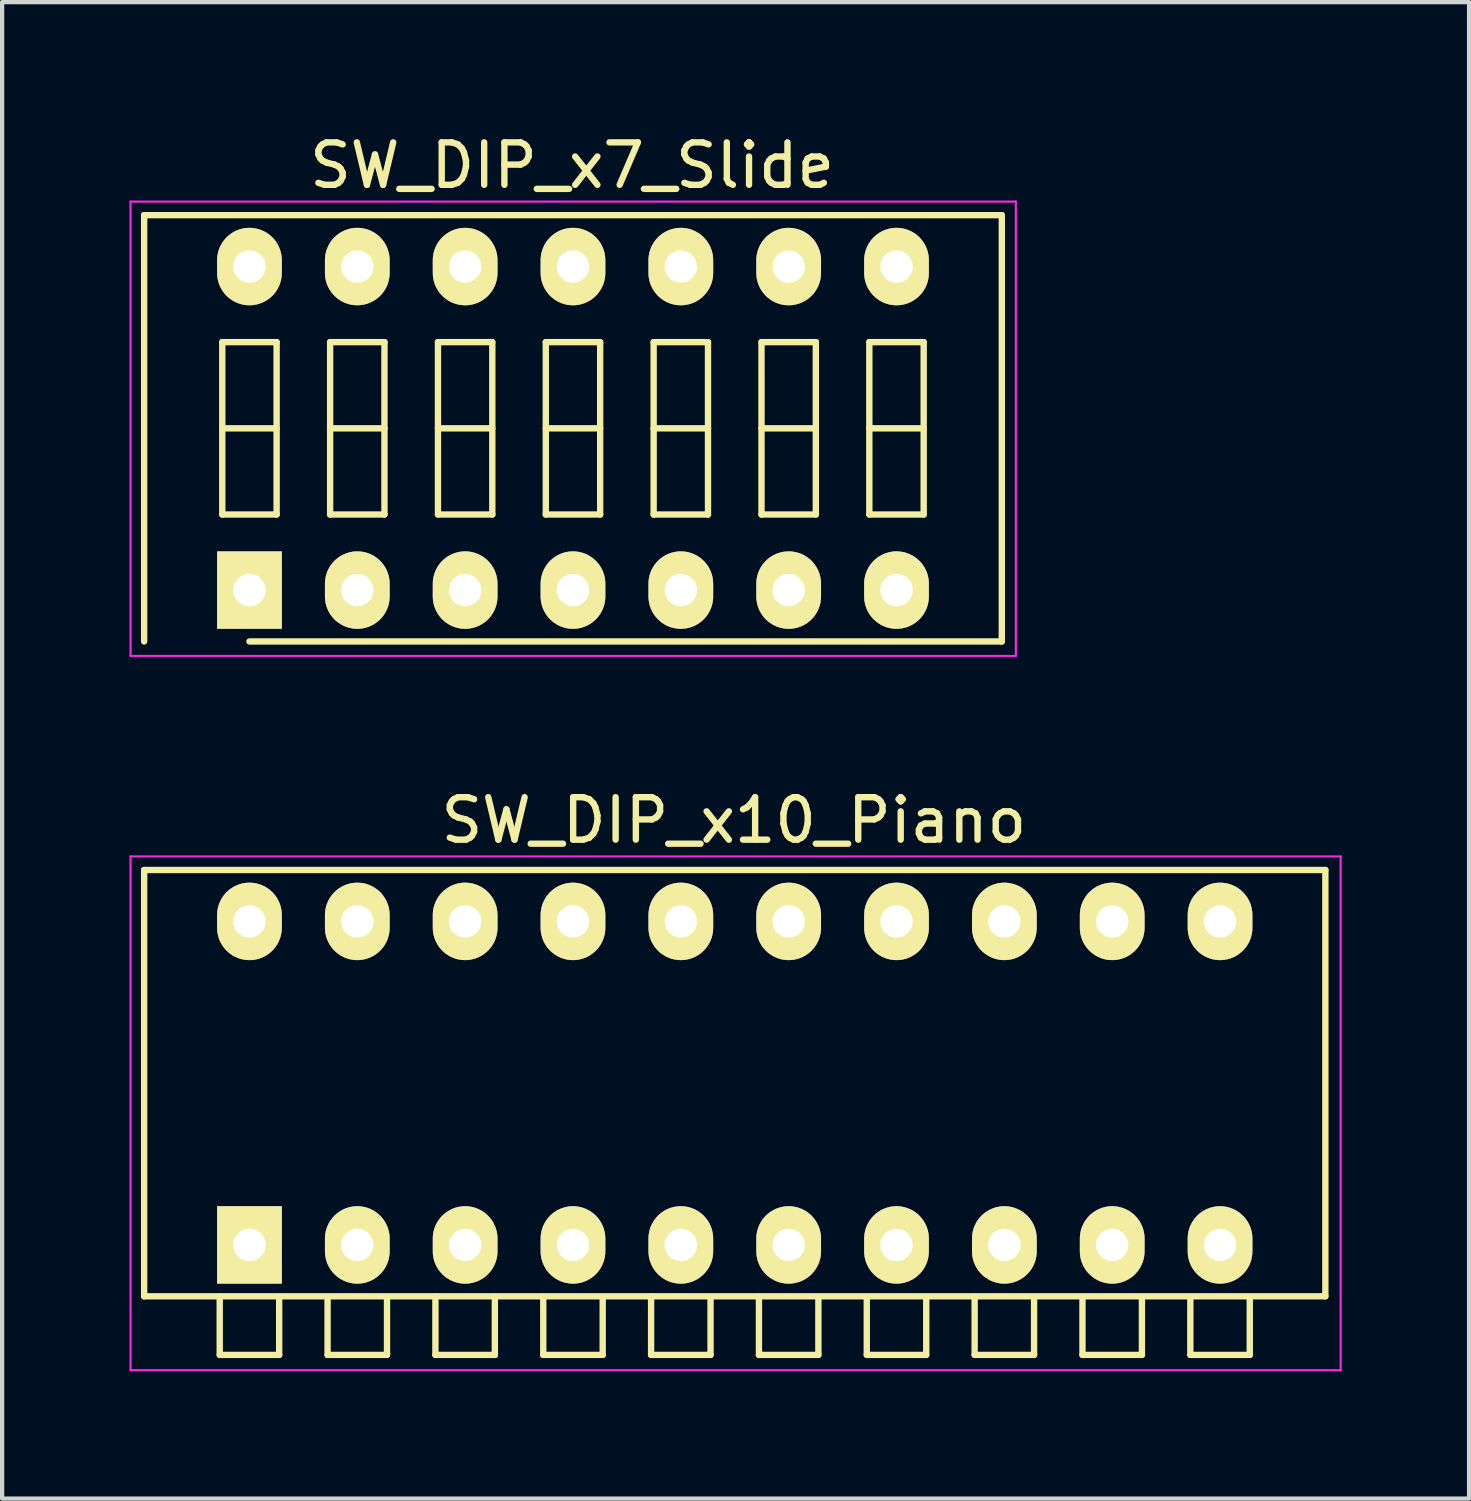
<source format=kicad_pcb>
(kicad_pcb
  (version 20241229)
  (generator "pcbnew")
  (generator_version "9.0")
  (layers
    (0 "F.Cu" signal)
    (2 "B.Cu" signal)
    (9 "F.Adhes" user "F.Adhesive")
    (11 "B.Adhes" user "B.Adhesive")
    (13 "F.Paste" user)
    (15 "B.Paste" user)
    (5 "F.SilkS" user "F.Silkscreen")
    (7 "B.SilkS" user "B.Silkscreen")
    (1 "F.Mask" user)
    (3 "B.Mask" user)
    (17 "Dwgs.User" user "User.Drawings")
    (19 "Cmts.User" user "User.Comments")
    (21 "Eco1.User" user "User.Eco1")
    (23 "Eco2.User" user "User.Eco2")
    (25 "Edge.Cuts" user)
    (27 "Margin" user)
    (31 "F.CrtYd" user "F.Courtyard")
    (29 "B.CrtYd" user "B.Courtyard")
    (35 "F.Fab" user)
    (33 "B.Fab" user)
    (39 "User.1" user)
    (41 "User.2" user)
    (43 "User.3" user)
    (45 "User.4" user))
  (footprint "SW_DIP_x7_Slide"
    (layer "F.Cu")
    (at 2.825 10.848)
    (property "Reference" "SW_DIP_x7_Slide" (at 7.6 -10 0) (layer "F.SilkS") (effects (font (size 1 1) (thickness 0.15))))
    (attr through_hole)
    (fp_line (start -2.48 -8.83) (end 17.72 -8.83) (stroke (width 0.15) (type solid)) (layer "F.SilkS"))
    (fp_line (start -2.48 1.21) (end -2.48 -8.83) (stroke (width 0.15) (type solid)) (layer "F.SilkS"))
    (fp_line (start -0.64 -5.84) (end -0.64 -1.78) (stroke (width 0.15) (type solid)) (layer "F.SilkS"))
    (fp_line (start -0.64 -3.81) (end 0.64 -3.81) (stroke (width 0.15) (type solid)) (layer "F.SilkS"))
    (fp_line (start -0.64 -1.78) (end 0.64 -1.78) (stroke (width 0.15) (type solid)) (layer "F.SilkS"))
    (fp_line (start 0.64 -5.84) (end -0.64 -5.84) (stroke (width 0.15) (type solid)) (layer "F.SilkS"))
    (fp_line (start 0.64 -1.78) (end 0.64 -5.84) (stroke (width 0.15) (type solid)) (layer "F.SilkS"))
    (fp_line (start 1.9 -5.84) (end 1.9 -1.78) (stroke (width 0.15) (type solid)) (layer "F.SilkS"))
    (fp_line (start 1.9 -3.81) (end 3.18 -3.81) (stroke (width 0.15) (type solid)) (layer "F.SilkS"))
    (fp_line (start 1.9 -1.78) (end 3.18 -1.78) (stroke (width 0.15) (type solid)) (layer "F.SilkS"))
    (fp_line (start 3.18 -5.84) (end 1.9 -5.84) (stroke (width 0.15) (type solid)) (layer "F.SilkS"))
    (fp_line (start 3.18 -1.78) (end 3.18 -5.84) (stroke (width 0.15) (type solid)) (layer "F.SilkS"))
    (fp_line (start 4.44 -5.84) (end 4.44 -1.78) (stroke (width 0.15) (type solid)) (layer "F.SilkS"))
    (fp_line (start 4.44 -3.81) (end 5.72 -3.81) (stroke (width 0.15) (type solid)) (layer "F.SilkS"))
    (fp_line (start 4.44 -1.78) (end 5.72 -1.78) (stroke (width 0.15) (type solid)) (layer "F.SilkS"))
    (fp_line (start 5.72 -5.84) (end 4.44 -5.84) (stroke (width 0.15) (type solid)) (layer "F.SilkS"))
    (fp_line (start 5.72 -1.78) (end 5.72 -5.84) (stroke (width 0.15) (type solid)) (layer "F.SilkS"))
    (fp_line (start 6.98 -5.84) (end 6.98 -1.78) (stroke (width 0.15) (type solid)) (layer "F.SilkS"))
    (fp_line (start 6.98 -3.81) (end 8.26 -3.81) (stroke (width 0.15) (type solid)) (layer "F.SilkS"))
    (fp_line (start 6.98 -1.78) (end 8.26 -1.78) (stroke (width 0.15) (type solid)) (layer "F.SilkS"))
    (fp_line (start 8.26 -5.84) (end 6.98 -5.84) (stroke (width 0.15) (type solid)) (layer "F.SilkS"))
    (fp_line (start 8.26 -1.78) (end 8.26 -5.84) (stroke (width 0.15) (type solid)) (layer "F.SilkS"))
    (fp_line (start 9.52 -5.84) (end 9.52 -1.78) (stroke (width 0.15) (type solid)) (layer "F.SilkS"))
    (fp_line (start 9.52 -3.81) (end 10.8 -3.81) (stroke (width 0.15) (type solid)) (layer "F.SilkS"))
    (fp_line (start 9.52 -1.78) (end 10.8 -1.78) (stroke (width 0.15) (type solid)) (layer "F.SilkS"))
    (fp_line (start 10.8 -5.84) (end 9.52 -5.84) (stroke (width 0.15) (type solid)) (layer "F.SilkS"))
    (fp_line (start 10.8 -1.78) (end 10.8 -5.84) (stroke (width 0.15) (type solid)) (layer "F.SilkS"))
    (fp_line (start 12.06 -5.84) (end 12.06 -1.78) (stroke (width 0.15) (type solid)) (layer "F.SilkS"))
    (fp_line (start 12.06 -3.81) (end 13.34 -3.81) (stroke (width 0.15) (type solid)) (layer "F.SilkS"))
    (fp_line (start 12.06 -1.78) (end 13.34 -1.78) (stroke (width 0.15) (type solid)) (layer "F.SilkS"))
    (fp_line (start 13.34 -5.84) (end 12.06 -5.84) (stroke (width 0.15) (type solid)) (layer "F.SilkS"))
    (fp_line (start 13.34 -1.78) (end 13.34 -5.84) (stroke (width 0.15) (type solid)) (layer "F.SilkS"))
    (fp_line (start 14.6 -5.84) (end 14.6 -1.78) (stroke (width 0.15) (type solid)) (layer "F.SilkS"))
    (fp_line (start 14.6 -3.81) (end 15.88 -3.81) (stroke (width 0.15) (type solid)) (layer "F.SilkS"))
    (fp_line (start 14.6 -1.78) (end 15.88 -1.78) (stroke (width 0.15) (type solid)) (layer "F.SilkS"))
    (fp_line (start 15.88 -5.84) (end 14.6 -5.84) (stroke (width 0.15) (type solid)) (layer "F.SilkS"))
    (fp_line (start 15.88 -1.78) (end 15.88 -5.84) (stroke (width 0.15) (type solid)) (layer "F.SilkS"))
    (fp_line (start 17.72 -8.83) (end 17.72 1.21) (stroke (width 0.15) (type solid)) (layer "F.SilkS"))
    (fp_line (start 17.72 1.21) (end 0 1.21) (stroke (width 0.15) (type solid)) (layer "F.SilkS"))
    (fp_line (start -2.8 -9.15) (end -2.8 1.55) (stroke (width 0.05) (type solid)) (layer "F.CrtYd"))
    (fp_line (start -2.8 1.55) (end 18.05 1.55) (stroke (width 0.05) (type solid)) (layer "F.CrtYd"))
    (fp_line (start 18.05 -9.15) (end -2.8 -9.15) (stroke (width 0.05) (type solid)) (layer "F.CrtYd"))
    (fp_line (start 18.05 1.55) (end 18.05 -9.15) (stroke (width 0.05) (type solid)) (layer "F.CrtYd"))
    (pad "1" thru_hole rect (at 0 0) (size 1.524 1.824) (drill 0.762) (layers "*.Cu" "*.Mask" "F.SilkS"))
    (pad "2" thru_hole oval (at 2.54 0) (size 1.524 1.824) (drill 0.762) (layers "*.Cu" "*.Mask" "F.SilkS"))
    (pad "3" thru_hole oval (at 5.08 0) (size 1.524 1.824) (drill 0.762) (layers "*.Cu" "*.Mask" "F.SilkS"))
    (pad "4" thru_hole oval (at 7.62 0) (size 1.524 1.824) (drill 0.762) (layers "*.Cu" "*.Mask" "F.SilkS"))
    (pad "5" thru_hole oval (at 10.16 0) (size 1.524 1.824) (drill 0.762) (layers "*.Cu" "*.Mask" "F.SilkS"))
    (pad "6" thru_hole oval (at 12.7 0) (size 1.524 1.824) (drill 0.762) (layers "*.Cu" "*.Mask" "F.SilkS"))
    (pad "7" thru_hole oval (at 15.24 0) (size 1.524 1.824) (drill 0.762) (layers "*.Cu" "*.Mask" "F.SilkS"))
    (pad "8" thru_hole oval (at 15.24 -7.62) (size 1.524 1.824) (drill 0.762) (layers "*.Cu" "*.Mask" "F.SilkS"))
    (pad "9" thru_hole oval (at 12.7 -7.62) (size 1.524 1.824) (drill 0.762) (layers "*.Cu" "*.Mask" "F.SilkS"))
    (pad "10" thru_hole oval (at 10.16 -7.62) (size 1.524 1.824) (drill 0.762) (layers "*.Cu" "*.Mask" "F.SilkS"))
    (pad "11" thru_hole oval (at 7.62 -7.62) (size 1.524 1.824) (drill 0.762) (layers "*.Cu" "*.Mask" "F.SilkS"))
    (pad "12" thru_hole oval (at 5.08 -7.62) (size 1.524 1.824) (drill 0.762) (layers "*.Cu" "*.Mask" "F.SilkS"))
    (pad "13" thru_hole oval (at 2.54 -7.62) (size 1.524 1.824) (drill 0.762) (layers "*.Cu" "*.Mask" "F.SilkS"))
    (pad "14" thru_hole oval (at 0 -7.62) (size 1.524 1.824) (drill 0.762) (layers "*.Cu" "*.Mask" "F.SilkS")))
  (footprint "SW_DIP_x10_Piano"
    (layer "F.Cu")
    (at 2.825 26.271)
    (property "Reference" "SW_DIP_x10_Piano" (at 11.41 -10 0) (layer "F.SilkS") (effects (font (size 1 1) (thickness 0.15))))
    (attr through_hole)
    (fp_line (start -2.48 -8.83) (end 25.34 -8.83) (stroke (width 0.15) (type solid)) (layer "F.SilkS"))
    (fp_line (start -2.48 1.21) (end -2.48 -8.83) (stroke (width 0.15) (type solid)) (layer "F.SilkS"))
    (fp_line (start -0.7 1.22) (end -0.7 2.59) (stroke (width 0.15) (type solid)) (layer "F.SilkS"))
    (fp_line (start -0.7 2.59) (end 0.7 2.59) (stroke (width 0.15) (type solid)) (layer "F.SilkS"))
    (fp_line (start 0.7 2.59) (end 0.7 1.22) (stroke (width 0.15) (type solid)) (layer "F.SilkS"))
    (fp_line (start 1.84 1.22) (end 1.84 2.59) (stroke (width 0.15) (type solid)) (layer "F.SilkS"))
    (fp_line (start 1.84 2.59) (end 3.24 2.59) (stroke (width 0.15) (type solid)) (layer "F.SilkS"))
    (fp_line (start 3.24 2.59) (end 3.24 1.22) (stroke (width 0.15) (type solid)) (layer "F.SilkS"))
    (fp_line (start 4.38 1.22) (end 4.38 2.59) (stroke (width 0.15) (type solid)) (layer "F.SilkS"))
    (fp_line (start 4.38 2.59) (end 5.78 2.59) (stroke (width 0.15) (type solid)) (layer "F.SilkS"))
    (fp_line (start 5.78 2.59) (end 5.78 1.22) (stroke (width 0.15) (type solid)) (layer "F.SilkS"))
    (fp_line (start 6.92 1.22) (end 6.92 2.59) (stroke (width 0.15) (type solid)) (layer "F.SilkS"))
    (fp_line (start 6.92 2.59) (end 8.32 2.59) (stroke (width 0.15) (type solid)) (layer "F.SilkS"))
    (fp_line (start 8.32 2.59) (end 8.32 1.22) (stroke (width 0.15) (type solid)) (layer "F.SilkS"))
    (fp_line (start 9.46 1.22) (end 9.46 2.59) (stroke (width 0.15) (type solid)) (layer "F.SilkS"))
    (fp_line (start 9.46 2.59) (end 10.86 2.59) (stroke (width 0.15) (type solid)) (layer "F.SilkS"))
    (fp_line (start 10.86 2.59) (end 10.86 1.22) (stroke (width 0.15) (type solid)) (layer "F.SilkS"))
    (fp_line (start 12 1.22) (end 12 2.59) (stroke (width 0.15) (type solid)) (layer "F.SilkS"))
    (fp_line (start 12 2.59) (end 13.4 2.59) (stroke (width 0.15) (type solid)) (layer "F.SilkS"))
    (fp_line (start 13.4 2.59) (end 13.4 1.22) (stroke (width 0.15) (type solid)) (layer "F.SilkS"))
    (fp_line (start 14.54 1.22) (end 14.54 2.59) (stroke (width 0.15) (type solid)) (layer "F.SilkS"))
    (fp_line (start 14.54 2.59) (end 15.94 2.59) (stroke (width 0.15) (type solid)) (layer "F.SilkS"))
    (fp_line (start 15.94 2.59) (end 15.94 1.22) (stroke (width 0.15) (type solid)) (layer "F.SilkS"))
    (fp_line (start 17.08 1.22) (end 17.08 2.59) (stroke (width 0.15) (type solid)) (layer "F.SilkS"))
    (fp_line (start 17.08 2.59) (end 18.48 2.59) (stroke (width 0.15) (type solid)) (layer "F.SilkS"))
    (fp_line (start 18.48 2.59) (end 18.48 1.22) (stroke (width 0.15) (type solid)) (layer "F.SilkS"))
    (fp_line (start 19.62 1.22) (end 19.62 2.59) (stroke (width 0.15) (type solid)) (layer "F.SilkS"))
    (fp_line (start 19.62 2.59) (end 21.02 2.59) (stroke (width 0.15) (type solid)) (layer "F.SilkS"))
    (fp_line (start 21.02 2.59) (end 21.02 1.22) (stroke (width 0.15) (type solid)) (layer "F.SilkS"))
    (fp_line (start 22.16 1.22) (end 22.16 2.59) (stroke (width 0.15) (type solid)) (layer "F.SilkS"))
    (fp_line (start 22.16 2.59) (end 23.56 2.59) (stroke (width 0.15) (type solid)) (layer "F.SilkS"))
    (fp_line (start 23.56 2.59) (end 23.56 1.22) (stroke (width 0.15) (type solid)) (layer "F.SilkS"))
    (fp_line (start 25.34 -8.83) (end 25.34 1.21) (stroke (width 0.15) (type solid)) (layer "F.SilkS"))
    (fp_line (start 25.34 1.21) (end -2.48 1.21) (stroke (width 0.15) (type solid)) (layer "F.SilkS"))
    (fp_line (start -2.8 -9.15) (end -2.8 2.95) (stroke (width 0.05) (type solid)) (layer "F.CrtYd"))
    (fp_line (start -2.8 2.95) (end 25.7 2.95) (stroke (width 0.05) (type solid)) (layer "F.CrtYd"))
    (fp_line (start 25.7 -9.15) (end -2.8 -9.15) (stroke (width 0.05) (type solid)) (layer "F.CrtYd"))
    (fp_line (start 25.7 2.95) (end 25.7 -9.15) (stroke (width 0.05) (type solid)) (layer "F.CrtYd"))
    (pad "1" thru_hole rect (at 0 0) (size 1.524 1.824) (drill 0.762) (layers "*.Cu" "*.Mask" "F.SilkS"))
    (pad "2" thru_hole oval (at 2.54 0) (size 1.524 1.824) (drill 0.762) (layers "*.Cu" "*.Mask" "F.SilkS"))
    (pad "3" thru_hole oval (at 5.08 0) (size 1.524 1.824) (drill 0.762) (layers "*.Cu" "*.Mask" "F.SilkS"))
    (pad "4" thru_hole oval (at 7.62 0) (size 1.524 1.824) (drill 0.762) (layers "*.Cu" "*.Mask" "F.SilkS"))
    (pad "5" thru_hole oval (at 10.16 0) (size 1.524 1.824) (drill 0.762) (layers "*.Cu" "*.Mask" "F.SilkS"))
    (pad "6" thru_hole oval (at 12.7 0) (size 1.524 1.824) (drill 0.762) (layers "*.Cu" "*.Mask" "F.SilkS"))
    (pad "7" thru_hole oval (at 15.24 0) (size 1.524 1.824) (drill 0.762) (layers "*.Cu" "*.Mask" "F.SilkS"))
    (pad "8" thru_hole oval (at 17.78 0) (size 1.524 1.824) (drill 0.762) (layers "*.Cu" "*.Mask" "F.SilkS"))
    (pad "9" thru_hole oval (at 20.32 0) (size 1.524 1.824) (drill 0.762) (layers "*.Cu" "*.Mask" "F.SilkS"))
    (pad "10" thru_hole oval (at 22.86 0) (size 1.524 1.824) (drill 0.762) (layers "*.Cu" "*.Mask" "F.SilkS"))
    (pad "11" thru_hole oval (at 22.86 -7.62) (size 1.524 1.824) (drill 0.762) (layers "*.Cu" "*.Mask" "F.SilkS"))
    (pad "12" thru_hole oval (at 20.32 -7.62) (size 1.524 1.824) (drill 0.762) (layers "*.Cu" "*.Mask" "F.SilkS"))
    (pad "13" thru_hole oval (at 17.78 -7.62) (size 1.524 1.824) (drill 0.762) (layers "*.Cu" "*.Mask" "F.SilkS"))
    (pad "14" thru_hole oval (at 15.24 -7.62) (size 1.524 1.824) (drill 0.762) (layers "*.Cu" "*.Mask" "F.SilkS"))
    (pad "15" thru_hole oval (at 12.7 -7.62) (size 1.524 1.824) (drill 0.762) (layers "*.Cu" "*.Mask" "F.SilkS"))
    (pad "16" thru_hole oval (at 10.16 -7.62) (size 1.524 1.824) (drill 0.762) (layers "*.Cu" "*.Mask" "F.SilkS"))
    (pad "17" thru_hole oval (at 7.62 -7.62) (size 1.524 1.824) (drill 0.762) (layers "*.Cu" "*.Mask" "F.SilkS"))
    (pad "18" thru_hole oval (at 5.08 -7.62) (size 1.524 1.824) (drill 0.762) (layers "*.Cu" "*.Mask" "F.SilkS"))
    (pad "19" thru_hole oval (at 2.54 -7.62) (size 1.524 1.824) (drill 0.762) (layers "*.Cu" "*.Mask" "F.SilkS"))
    (pad "20" thru_hole oval (at 0 -7.62) (size 1.524 1.824) (drill 0.762) (layers "*.Cu" "*.Mask" "F.SilkS")))
  (gr_rect
    (start -3 -3)
    (end 31.55 32.246)
    (stroke (width 0.1) (type default))
    (fill no)
    (layer "Edge.Cuts")))
</source>
